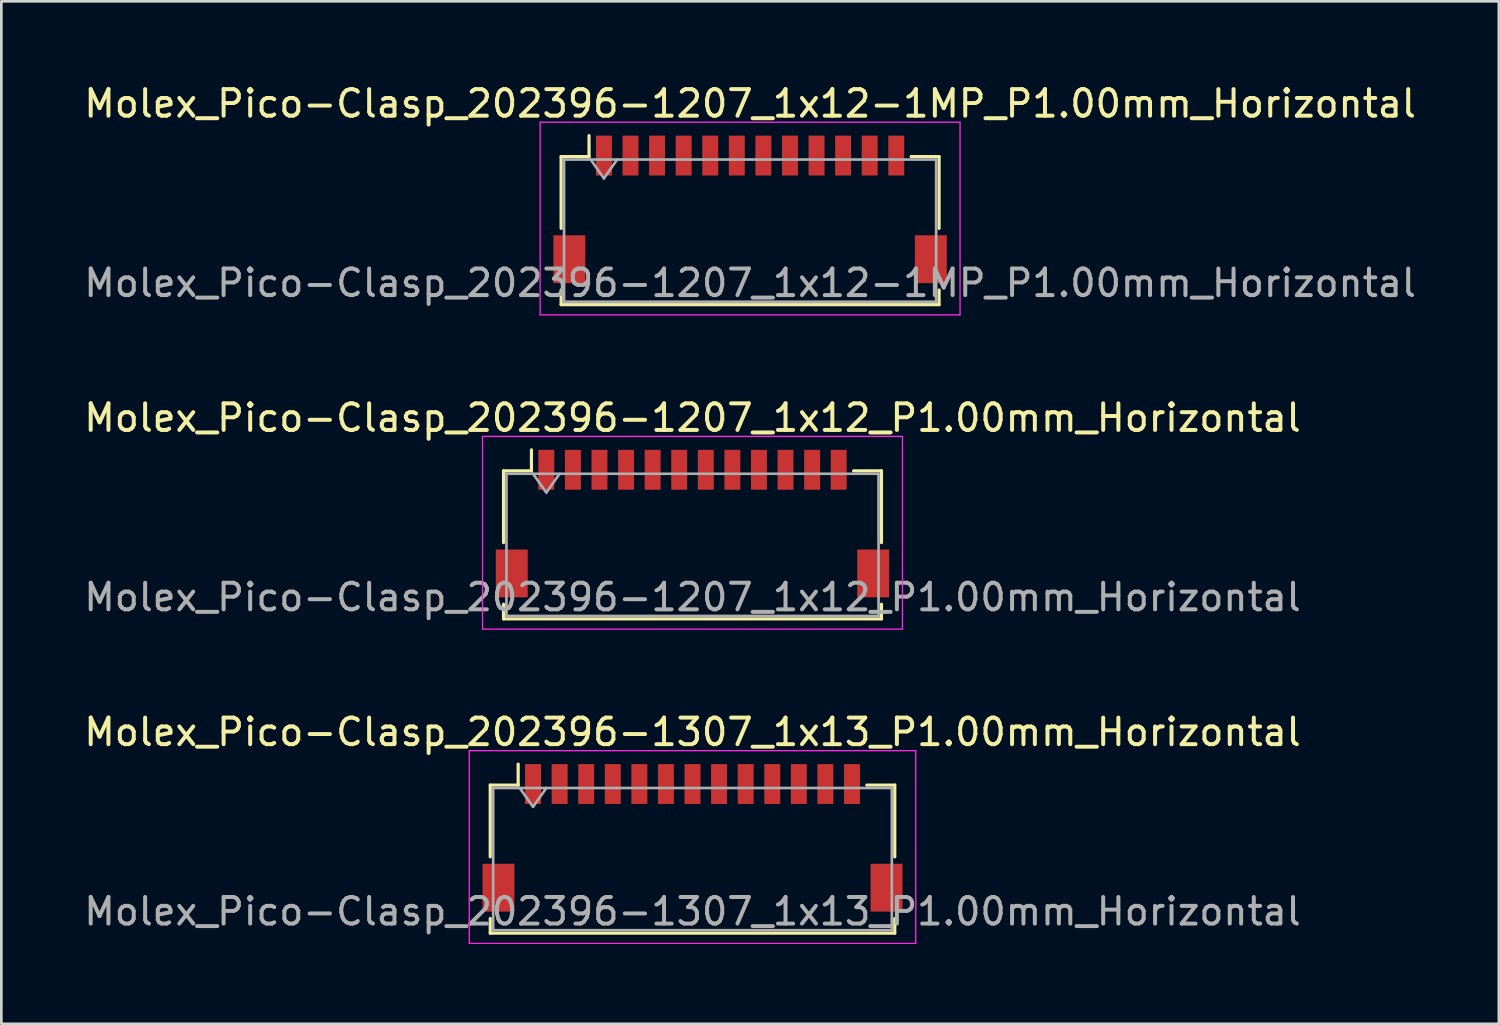
<source format=kicad_pcb>
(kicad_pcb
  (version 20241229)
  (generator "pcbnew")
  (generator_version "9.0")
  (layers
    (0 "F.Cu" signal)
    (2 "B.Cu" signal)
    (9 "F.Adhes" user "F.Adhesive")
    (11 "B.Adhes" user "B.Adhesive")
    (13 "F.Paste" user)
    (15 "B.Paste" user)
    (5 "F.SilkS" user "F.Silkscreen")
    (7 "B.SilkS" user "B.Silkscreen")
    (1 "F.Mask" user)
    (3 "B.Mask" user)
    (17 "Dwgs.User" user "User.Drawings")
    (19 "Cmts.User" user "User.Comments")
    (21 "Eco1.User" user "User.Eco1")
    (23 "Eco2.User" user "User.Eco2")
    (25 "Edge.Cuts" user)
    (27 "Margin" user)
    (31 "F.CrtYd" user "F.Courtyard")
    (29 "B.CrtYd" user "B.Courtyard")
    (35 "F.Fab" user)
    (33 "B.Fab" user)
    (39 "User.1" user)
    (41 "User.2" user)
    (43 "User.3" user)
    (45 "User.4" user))
  (footprint "Molex_Pico-Clasp_202396-1307_1x13_P1.00mm_Horizontal"
    (layer "F.Cu")
    (at 23.006 28.475)
    (property "Reference" "Molex_Pico-Clasp_202396-1307_1x13_P1.00mm_Horizontal" (at 0 -3.98 0) (layer "F.SilkS") (effects (font (size 1 1) (thickness 0.15))))
    (attr smd)
    (fp_line (start -7.61 -1.985) (end -6.56 -1.985) (stroke (width 0.12) (type solid)) (layer "F.SilkS"))
    (fp_line (start -7.61 0.715) (end -7.61 -1.985) (stroke (width 0.12) (type solid)) (layer "F.SilkS"))
    (fp_line (start -7.61 3.035) (end -7.61 3.585) (stroke (width 0.12) (type solid)) (layer "F.SilkS"))
    (fp_line (start -7.61 3.585) (end 7.61 3.585) (stroke (width 0.12) (type solid)) (layer "F.SilkS"))
    (fp_line (start -6.56 -1.985) (end -6.56 -2.775) (stroke (width 0.12) (type solid)) (layer "F.SilkS"))
    (fp_line (start 7.61 -1.985) (end 6.56 -1.985) (stroke (width 0.12) (type solid)) (layer "F.SilkS"))
    (fp_line (start 7.61 0.715) (end 7.61 -1.985) (stroke (width 0.12) (type solid)) (layer "F.SilkS"))
    (fp_line (start 7.61 3.585) (end 7.61 3.035) (stroke (width 0.12) (type solid)) (layer "F.SilkS"))
    (fp_line (start -8.4 -3.28) (end -8.4 3.97) (stroke (width 0.05) (type solid)) (layer "F.CrtYd"))
    (fp_line (start -8.4 3.97) (end 8.4 3.97) (stroke (width 0.05) (type solid)) (layer "F.CrtYd"))
    (fp_line (start 8.4 -3.28) (end -8.4 -3.28) (stroke (width 0.05) (type solid)) (layer "F.CrtYd"))
    (fp_line (start 8.4 3.97) (end 8.4 -3.28) (stroke (width 0.05) (type solid)) (layer "F.CrtYd"))
    (fp_line (start -7.5 -1.875) (end -7.5 3.475) (stroke (width 0.1) (type solid)) (layer "F.Fab"))
    (fp_line (start -7.5 -1.875) (end 7.5 -1.875) (stroke (width 0.1) (type solid)) (layer "F.Fab"))
    (fp_line (start -7.5 3.475) (end 7.5 3.475) (stroke (width 0.1) (type solid)) (layer "F.Fab"))
    (fp_line (start -6.5 -1.875) (end -6 -1.168) (stroke (width 0.1) (type solid)) (layer "F.Fab"))
    (fp_line (start -6 -1.168) (end -5.5 -1.875) (stroke (width 0.1) (type solid)) (layer "F.Fab"))
    (fp_line (start 7.5 -1.875) (end 7.5 3.475) (stroke (width 0.1) (type solid)) (layer "F.Fab"))
    (fp_text user "${REFERENCE}" (at 0 2.77 0) (layer "F.Fab") (effects (font (size 1 1) (thickness 0.15))))
    (pad "" smd rect (at -7.3 1.875) (size 1.2 1.8) (layers "F.Cu" "F.Mask" "F.Paste"))
    (pad "" smd rect (at 7.3 1.875) (size 1.2 1.8) (layers "F.Cu" "F.Mask" "F.Paste"))
    (pad "1" smd rect (at -6 -2.025) (size 0.6 1.5) (layers "F.Cu" "F.Mask" "F.Paste"))
    (pad "2" smd rect (at -5 -2.025) (size 0.6 1.5) (layers "F.Cu" "F.Mask" "F.Paste"))
    (pad "3" smd rect (at -4 -2.025) (size 0.6 1.5) (layers "F.Cu" "F.Mask" "F.Paste"))
    (pad "4" smd rect (at -3 -2.025) (size 0.6 1.5) (layers "F.Cu" "F.Mask" "F.Paste"))
    (pad "5" smd rect (at -2 -2.025) (size 0.6 1.5) (layers "F.Cu" "F.Mask" "F.Paste"))
    (pad "6" smd rect (at -1 -2.025) (size 0.6 1.5) (layers "F.Cu" "F.Mask" "F.Paste"))
    (pad "7" smd rect (at 0 -2.025) (size 0.6 1.5) (layers "F.Cu" "F.Mask" "F.Paste"))
    (pad "8" smd rect (at 1 -2.025) (size 0.6 1.5) (layers "F.Cu" "F.Mask" "F.Paste"))
    (pad "9" smd rect (at 2 -2.025) (size 0.6 1.5) (layers "F.Cu" "F.Mask" "F.Paste"))
    (pad "10" smd rect (at 3 -2.025) (size 0.6 1.5) (layers "F.Cu" "F.Mask" "F.Paste"))
    (pad "11" smd rect (at 4 -2.025) (size 0.6 1.5) (layers "F.Cu" "F.Mask" "F.Paste"))
    (pad "12" smd rect (at 5 -2.025) (size 0.6 1.5) (layers "F.Cu" "F.Mask" "F.Paste"))
    (pad "13" smd rect (at 6 -2.025) (size 0.6 1.5) (layers "F.Cu" "F.Mask" "F.Paste")))
  (footprint "Molex_Pico-Clasp_202396-1207_1x12_P1.00mm_Horizontal"
    (layer "F.Cu")
    (at 23.006 16.651)
    (property "Reference" "Molex_Pico-Clasp_202396-1207_1x12_P1.00mm_Horizontal" (at 0 -3.98 0) (layer "F.SilkS") (effects (font (size 1 1) (thickness 0.15))))
    (attr smd)
    (fp_line (start -7.11 -1.985) (end -6.06 -1.985) (stroke (width 0.12) (type solid)) (layer "F.SilkS"))
    (fp_line (start -7.11 0.715) (end -7.11 -1.985) (stroke (width 0.12) (type solid)) (layer "F.SilkS"))
    (fp_line (start -7.11 3.035) (end -7.11 3.585) (stroke (width 0.12) (type solid)) (layer "F.SilkS"))
    (fp_line (start -7.11 3.585) (end 7.11 3.585) (stroke (width 0.12) (type solid)) (layer "F.SilkS"))
    (fp_line (start -6.06 -1.985) (end -6.06 -2.775) (stroke (width 0.12) (type solid)) (layer "F.SilkS"))
    (fp_line (start 7.11 -1.985) (end 6.06 -1.985) (stroke (width 0.12) (type solid)) (layer "F.SilkS"))
    (fp_line (start 7.11 0.715) (end 7.11 -1.985) (stroke (width 0.12) (type solid)) (layer "F.SilkS"))
    (fp_line (start 7.11 3.585) (end 7.11 3.035) (stroke (width 0.12) (type solid)) (layer "F.SilkS"))
    (fp_line (start -7.9 -3.28) (end -7.9 3.97) (stroke (width 0.05) (type solid)) (layer "F.CrtYd"))
    (fp_line (start -7.9 3.97) (end 7.9 3.97) (stroke (width 0.05) (type solid)) (layer "F.CrtYd"))
    (fp_line (start 7.9 -3.28) (end -7.9 -3.28) (stroke (width 0.05) (type solid)) (layer "F.CrtYd"))
    (fp_line (start 7.9 3.97) (end 7.9 -3.28) (stroke (width 0.05) (type solid)) (layer "F.CrtYd"))
    (fp_line (start -7 -1.875) (end -7 3.475) (stroke (width 0.1) (type solid)) (layer "F.Fab"))
    (fp_line (start -7 -1.875) (end 7 -1.875) (stroke (width 0.1) (type solid)) (layer "F.Fab"))
    (fp_line (start -7 3.475) (end 7 3.475) (stroke (width 0.1) (type solid)) (layer "F.Fab"))
    (fp_line (start -6 -1.875) (end -5.5 -1.168) (stroke (width 0.1) (type solid)) (layer "F.Fab"))
    (fp_line (start -5.5 -1.168) (end -5 -1.875) (stroke (width 0.1) (type solid)) (layer "F.Fab"))
    (fp_line (start 7 -1.875) (end 7 3.475) (stroke (width 0.1) (type solid)) (layer "F.Fab"))
    (fp_text user "${REFERENCE}" (at 0 2.77 0) (layer "F.Fab") (effects (font (size 1 1) (thickness 0.15))))
    (pad "" smd rect (at -6.8 1.875) (size 1.2 1.8) (layers "F.Cu" "F.Mask" "F.Paste"))
    (pad "" smd rect (at 6.8 1.875) (size 1.2 1.8) (layers "F.Cu" "F.Mask" "F.Paste"))
    (pad "1" smd rect (at -5.5 -2.025) (size 0.6 1.5) (layers "F.Cu" "F.Mask" "F.Paste"))
    (pad "2" smd rect (at -4.5 -2.025) (size 0.6 1.5) (layers "F.Cu" "F.Mask" "F.Paste"))
    (pad "3" smd rect (at -3.5 -2.025) (size 0.6 1.5) (layers "F.Cu" "F.Mask" "F.Paste"))
    (pad "4" smd rect (at -2.5 -2.025) (size 0.6 1.5) (layers "F.Cu" "F.Mask" "F.Paste"))
    (pad "5" smd rect (at -1.5 -2.025) (size 0.6 1.5) (layers "F.Cu" "F.Mask" "F.Paste"))
    (pad "6" smd rect (at -0.5 -2.025) (size 0.6 1.5) (layers "F.Cu" "F.Mask" "F.Paste"))
    (pad "7" smd rect (at 0.5 -2.025) (size 0.6 1.5) (layers "F.Cu" "F.Mask" "F.Paste"))
    (pad "8" smd rect (at 1.5 -2.025) (size 0.6 1.5) (layers "F.Cu" "F.Mask" "F.Paste"))
    (pad "9" smd rect (at 2.5 -2.025) (size 0.6 1.5) (layers "F.Cu" "F.Mask" "F.Paste"))
    (pad "10" smd rect (at 3.5 -2.025) (size 0.6 1.5) (layers "F.Cu" "F.Mask" "F.Paste"))
    (pad "11" smd rect (at 4.5 -2.025) (size 0.6 1.5) (layers "F.Cu" "F.Mask" "F.Paste"))
    (pad "12" smd rect (at 5.5 -2.025) (size 0.6 1.5) (layers "F.Cu" "F.Mask" "F.Paste")))
  (footprint "Molex_Pico-Clasp_202396-1207_1x12-1MP_P1.00mm_Horizontal"
    (layer "F.Cu")
    (at 25.173 4.828)
    (property "Reference" "Molex_Pico-Clasp_202396-1207_1x12-1MP_P1.00mm_Horizontal" (at 0 -3.98 0) (layer "F.SilkS") (effects (font (size 1 1) (thickness 0.15))))
    (attr smd)
    (fp_line (start -7.11 -1.985) (end -6.06 -1.985) (stroke (width 0.12) (type solid)) (layer "F.SilkS"))
    (fp_line (start -7.11 0.715) (end -7.11 -1.985) (stroke (width 0.12) (type solid)) (layer "F.SilkS"))
    (fp_line (start -7.11 3.035) (end -7.11 3.585) (stroke (width 0.12) (type solid)) (layer "F.SilkS"))
    (fp_line (start -7.11 3.585) (end 7.11 3.585) (stroke (width 0.12) (type solid)) (layer "F.SilkS"))
    (fp_line (start -6.06 -1.985) (end -6.06 -2.775) (stroke (width 0.12) (type solid)) (layer "F.SilkS"))
    (fp_line (start 7.11 -1.985) (end 6.06 -1.985) (stroke (width 0.12) (type solid)) (layer "F.SilkS"))
    (fp_line (start 7.11 0.715) (end 7.11 -1.985) (stroke (width 0.12) (type solid)) (layer "F.SilkS"))
    (fp_line (start 7.11 3.585) (end 7.11 3.035) (stroke (width 0.12) (type solid)) (layer "F.SilkS"))
    (fp_line (start -7.9 -3.28) (end -7.9 3.97) (stroke (width 0.05) (type solid)) (layer "F.CrtYd"))
    (fp_line (start -7.9 3.97) (end 7.9 3.97) (stroke (width 0.05) (type solid)) (layer "F.CrtYd"))
    (fp_line (start 7.9 -3.28) (end -7.9 -3.28) (stroke (width 0.05) (type solid)) (layer "F.CrtYd"))
    (fp_line (start 7.9 3.97) (end 7.9 -3.28) (stroke (width 0.05) (type solid)) (layer "F.CrtYd"))
    (fp_line (start -7 -1.875) (end -7 3.475) (stroke (width 0.1) (type solid)) (layer "F.Fab"))
    (fp_line (start -7 -1.875) (end 7 -1.875) (stroke (width 0.1) (type solid)) (layer "F.Fab"))
    (fp_line (start -7 3.475) (end 7 3.475) (stroke (width 0.1) (type solid)) (layer "F.Fab"))
    (fp_line (start -6 -1.875) (end -5.5 -1.168) (stroke (width 0.1) (type solid)) (layer "F.Fab"))
    (fp_line (start -5.5 -1.168) (end -5 -1.875) (stroke (width 0.1) (type solid)) (layer "F.Fab"))
    (fp_line (start 7 -1.875) (end 7 3.475) (stroke (width 0.1) (type solid)) (layer "F.Fab"))
    (fp_text user "${REFERENCE}" (at 0 2.77 0) (layer "F.Fab") (effects (font (size 1 1) (thickness 0.15))))
    (pad "1" smd rect (at -5.5 -2.025) (size 0.6 1.5) (layers "F.Cu" "F.Mask" "F.Paste"))
    (pad "2" smd rect (at -4.5 -2.025) (size 0.6 1.5) (layers "F.Cu" "F.Mask" "F.Paste"))
    (pad "3" smd rect (at -3.5 -2.025) (size 0.6 1.5) (layers "F.Cu" "F.Mask" "F.Paste"))
    (pad "4" smd rect (at -2.5 -2.025) (size 0.6 1.5) (layers "F.Cu" "F.Mask" "F.Paste"))
    (pad "5" smd rect (at -1.5 -2.025) (size 0.6 1.5) (layers "F.Cu" "F.Mask" "F.Paste"))
    (pad "6" smd rect (at -0.5 -2.025) (size 0.6 1.5) (layers "F.Cu" "F.Mask" "F.Paste"))
    (pad "7" smd rect (at 0.5 -2.025) (size 0.6 1.5) (layers "F.Cu" "F.Mask" "F.Paste"))
    (pad "8" smd rect (at 1.5 -2.025) (size 0.6 1.5) (layers "F.Cu" "F.Mask" "F.Paste"))
    (pad "9" smd rect (at 2.5 -2.025) (size 0.6 1.5) (layers "F.Cu" "F.Mask" "F.Paste"))
    (pad "10" smd rect (at 3.5 -2.025) (size 0.6 1.5) (layers "F.Cu" "F.Mask" "F.Paste"))
    (pad "11" smd rect (at 4.5 -2.025) (size 0.6 1.5) (layers "F.Cu" "F.Mask" "F.Paste"))
    (pad "12" smd rect (at 5.5 -2.025) (size 0.6 1.5) (layers "F.Cu" "F.Mask" "F.Paste"))
    (pad "MP" smd rect (at -6.8 1.875) (size 1.2 1.8) (layers "F.Cu" "F.Mask" "F.Paste"))
    (pad "MP" smd rect (at 6.8 1.875) (size 1.2 1.8) (layers "F.Cu" "F.Mask" "F.Paste")))
  (gr_rect
    (start -3 -3)
    (end 53.345 35.47)
    (stroke (width 0.1) (type default))
    (fill no)
    (layer "Edge.Cuts")))
</source>
